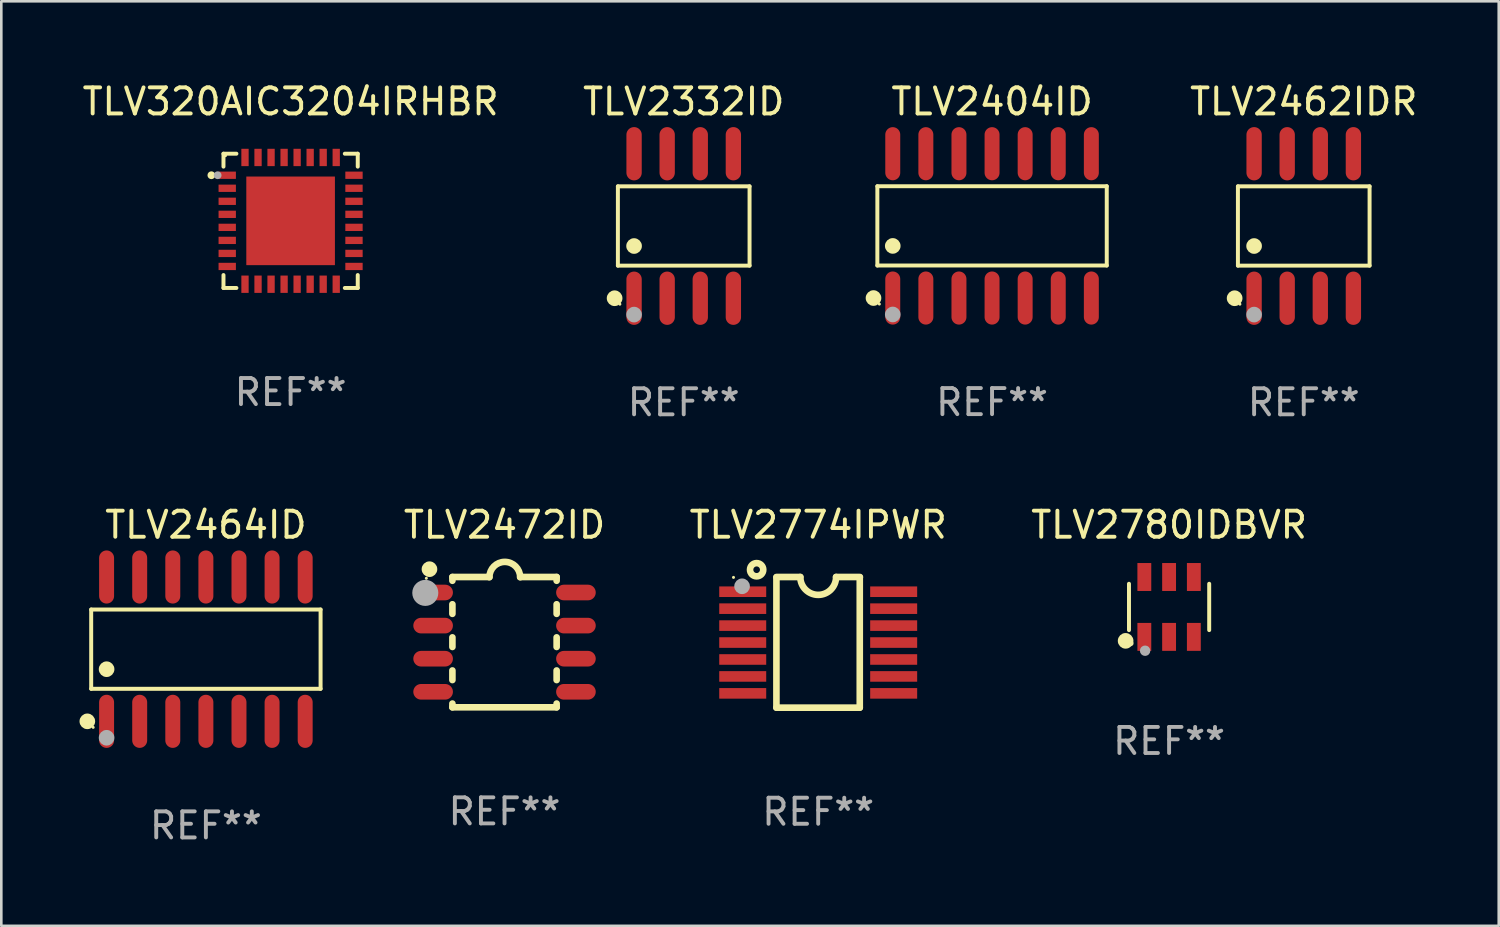
<source format=kicad_pcb>
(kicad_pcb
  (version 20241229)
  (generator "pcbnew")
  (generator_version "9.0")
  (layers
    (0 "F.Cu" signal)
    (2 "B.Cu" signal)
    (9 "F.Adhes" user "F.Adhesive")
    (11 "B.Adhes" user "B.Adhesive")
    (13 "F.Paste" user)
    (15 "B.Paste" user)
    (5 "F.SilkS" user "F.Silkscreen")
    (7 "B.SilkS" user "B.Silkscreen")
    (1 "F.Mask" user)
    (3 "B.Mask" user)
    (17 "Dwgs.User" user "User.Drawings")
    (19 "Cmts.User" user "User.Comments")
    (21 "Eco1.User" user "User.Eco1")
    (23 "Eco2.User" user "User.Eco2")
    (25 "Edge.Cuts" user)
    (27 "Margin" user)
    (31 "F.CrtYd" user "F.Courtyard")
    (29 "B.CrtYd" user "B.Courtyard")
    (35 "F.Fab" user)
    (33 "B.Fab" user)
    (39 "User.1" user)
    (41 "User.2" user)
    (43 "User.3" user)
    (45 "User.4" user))
  (footprint "TLV2472ID"
    (layer "F.Cu")
    (at 16.309 21.59)
    (property "Reference" "TLV2472ID" (at 0 -4.5 0) (layer "F.SilkS") (effects (font (size 1 1) (thickness 0.15))))
    (attr through_hole)
    (fp_line (start -2 -2.5) (end -2 -2.356) (stroke (width 0.254) (type solid)) (layer "F.SilkS"))
    (fp_line (start -2 -1.454) (end -2 -1.086) (stroke (width 0.254) (type solid)) (layer "F.SilkS"))
    (fp_line (start -2 -0.184) (end -2 0.184) (stroke (width 0.254) (type solid)) (layer "F.SilkS"))
    (fp_line (start -2 1.086) (end -2 1.454) (stroke (width 0.254) (type solid)) (layer "F.SilkS"))
    (fp_line (start -2 2.356) (end -2 2.5) (stroke (width 0.254) (type solid)) (layer "F.SilkS"))
    (fp_line (start -0.58 -2.5) (end -2 -2.5) (stroke (width 0.254) (type solid)) (layer "F.SilkS"))
    (fp_line (start 2 -2.5) (end 0.6 -2.5) (stroke (width 0.254) (type solid)) (layer "F.SilkS"))
    (fp_line (start 2 -2.5) (end 2 -2.356) (stroke (width 0.254) (type solid)) (layer "F.SilkS"))
    (fp_line (start 2 -1.454) (end 2 -1.086) (stroke (width 0.254) (type solid)) (layer "F.SilkS"))
    (fp_line (start 2 -0.184) (end 2 0.184) (stroke (width 0.254) (type solid)) (layer "F.SilkS"))
    (fp_line (start 2 1.086) (end 2 1.454) (stroke (width 0.254) (type solid)) (layer "F.SilkS"))
    (fp_line (start 2 2.356) (end 2 2.5) (stroke (width 0.254) (type solid)) (layer "F.SilkS"))
    (fp_line (start 2 2.5) (end -2 2.5) (stroke (width 0.254) (type solid)) (layer "F.SilkS"))
    (fp_arc (start -0.579908 -2.489992) (mid 0.010097 -3.07831) (end 0.600102 -2.489992) (stroke (width 0.254001) (type solid)) (layer "F.SilkS"))
    (fp_circle (center -3 -2.45) (end -2.97 -2.45) (stroke (width 0.06) (type solid)) (fill no) (layer "F.SilkS"))
    (fp_circle (center -2.88 -2.8) (end -2.73 -2.8) (stroke (width 0.3) (type solid)) (fill no) (layer "F.SilkS"))
    (fp_circle (center -3.04 -1.89) (end -2.79 -1.89) (stroke (width 0.5) (type solid)) (fill no) (layer "F.Fab"))
    (fp_text user "REF**" (at 0 6.5 0) (layer "F.Fab") (effects (font (size 1 1) (thickness 0.15))))
    (pad "1" smd oval (at -2.74 -1.905 90) (size 0.6 1.52) (layers "F.Cu" "F.Mask" "F.Paste"))
    (pad "2" smd oval (at -2.74 -0.635 90) (size 0.6 1.52) (layers "F.Cu" "F.Mask" "F.Paste"))
    (pad "3" smd oval (at -2.74 0.635 90) (size 0.6 1.52) (layers "F.Cu" "F.Mask" "F.Paste"))
    (pad "4" smd oval (at -2.74 1.905 90) (size 0.6 1.52) (layers "F.Cu" "F.Mask" "F.Paste"))
    (pad "5" smd oval (at 2.74 1.905 90) (size 0.6 1.52) (layers "F.Cu" "F.Mask" "F.Paste"))
    (pad "6" smd oval (at 2.74 0.635 90) (size 0.6 1.52) (layers "F.Cu" "F.Mask" "F.Paste"))
    (pad "7" smd oval (at 2.74 -0.635 90) (size 0.6 1.52) (layers "F.Cu" "F.Mask" "F.Paste"))
    (pad "8" smd oval (at 2.74 -1.905 90) (size 0.6 1.52) (layers "F.Cu" "F.Mask" "F.Paste")))
  (footprint "TLV2780IDBVR"
    (layer "F.Cu")
    (at 41.809 20.239)
    (property "Reference" "TLV2780IDBVR" (at 0 -3.149 0) (layer "F.SilkS") (effects (font (size 1 1) (thickness 0.15))))
    (attr through_hole)
    (fp_line (start -1.539 0.889) (end -1.539 -0.889) (stroke (width 0.152) (type solid)) (layer "F.SilkS"))
    (fp_line (start 1.539 0.889) (end 1.539 -0.889) (stroke (width 0.152) (type solid)) (layer "F.SilkS"))
    (fp_circle (center -1.668 1.301) (end -1.518 1.301) (stroke (width 0.3) (type solid)) (fill no) (layer "F.SilkS"))
    (fp_circle (center -1.463 1.4) (end -1.413 1.4) (stroke (width 0.1) (type solid)) (fill no) (layer "F.SilkS"))
    (fp_circle (center -0.92 1.68) (end -0.82 1.68) (stroke (width 0.2) (type solid)) (fill no) (layer "F.Fab"))
    (fp_text user "REF**" (at 0 5.149 0) (layer "F.Fab") (effects (font (size 1 1) (thickness 0.15))))
    (pad "1" smd rect (at -0.95 1.149) (size 0.532 1.072) (layers "F.Cu" "F.Mask" "F.Paste"))
    (pad "2" smd rect (at 0 1.149) (size 0.532 1.072) (layers "F.Cu" "F.Mask" "F.Paste"))
    (pad "3" smd rect (at 0.95 1.149) (size 0.532 1.072) (layers "F.Cu" "F.Mask" "F.Paste"))
    (pad "4" smd rect (at 0.95 -1.149) (size 0.532 1.072) (layers "F.Cu" "F.Mask" "F.Paste"))
    (pad "5" smd rect (at 0 -1.149) (size 0.532 1.072) (layers "F.Cu" "F.Mask" "F.Paste"))
    (pad "6" smd rect (at -0.95 -1.149) (size 0.532 1.072) (layers "F.Cu" "F.Mask" "F.Paste")))
  (footprint "TLV2774IPWR"
    (layer "F.Cu")
    (at 28.345 21.597)
    (property "Reference" "TLV2774IPWR" (at 0 -4.507 0) (layer "F.SilkS") (effects (font (size 1 1) (thickness 0.15))))
    (attr through_hole)
    (fp_line (start -1.603 2.507) (end -1.603 -2.494) (stroke (width 0.254) (type solid)) (layer "F.SilkS"))
    (fp_line (start -1.603 2.507) (end 1.595 2.507) (stroke (width 0.254) (type solid)) (layer "F.SilkS"))
    (fp_line (start -1.6 -2.507) (end -0.686 -2.507) (stroke (width 0.254) (type solid)) (layer "F.SilkS"))
    (fp_line (start 0.686 -2.507) (end 1.6 -2.507) (stroke (width 0.254) (type solid)) (layer "F.SilkS"))
    (fp_line (start 1.595 2.507) (end 1.595 -2.494) (stroke (width 0.254) (type solid)) (layer "F.SilkS"))
    (fp_arc (start 0.685852 -2.506998) (mid 0.000051 -1.821197) (end -0.68575 -2.506998) (stroke (width 0.254001) (type solid)) (layer "F.SilkS"))
    (fp_circle (center -3.25 -2.492) (end -3.22 -2.492) (stroke (width 0.06) (type solid)) (fill no) (layer "F.SilkS"))
    (fp_circle (center -2.362 -2.786) (end -2.108 -2.786) (stroke (width 0.254) (type solid)) (fill no) (layer "F.SilkS"))
    (fp_circle (center -2.921 -2.151) (end -2.771 -2.151) (stroke (width 0.3) (type solid)) (fill no) (layer "F.Fab"))
    (fp_text user "REF**" (at 0 6.507 0) (layer "F.Fab") (effects (font (size 1 1) (thickness 0.15))))
    (pad "1" smd rect (at -2.896 -1.942) (size 1.803 0.406) (layers "F.Cu" "F.Mask" "F.Paste"))
    (pad "2" smd rect (at -2.896 -1.292) (size 1.803 0.406) (layers "F.Cu" "F.Mask" "F.Paste"))
    (pad "3" smd rect (at -2.896 -0.642) (size 1.803 0.406) (layers "F.Cu" "F.Mask" "F.Paste"))
    (pad "4" smd rect (at -2.896 0.008) (size 1.803 0.406) (layers "F.Cu" "F.Mask" "F.Paste"))
    (pad "5" smd rect (at -2.896 0.658) (size 1.803 0.406) (layers "F.Cu" "F.Mask" "F.Paste"))
    (pad "6" smd rect (at -2.896 1.308) (size 1.803 0.406) (layers "F.Cu" "F.Mask" "F.Paste"))
    (pad "7" smd rect (at -2.896 1.958) (size 1.803 0.406) (layers "F.Cu" "F.Mask" "F.Paste"))
    (pad "8" smd rect (at 2.896 1.958) (size 1.803 0.406) (layers "F.Cu" "F.Mask" "F.Paste"))
    (pad "9" smd rect (at 2.896 1.308) (size 1.803 0.406) (layers "F.Cu" "F.Mask" "F.Paste"))
    (pad "10" smd rect (at 2.896 0.658) (size 1.803 0.406) (layers "F.Cu" "F.Mask" "F.Paste"))
    (pad "11" smd rect (at 2.896 0.008) (size 1.803 0.406) (layers "F.Cu" "F.Mask" "F.Paste"))
    (pad "12" smd rect (at 2.896 -0.642) (size 1.803 0.406) (layers "F.Cu" "F.Mask" "F.Paste"))
    (pad "13" smd rect (at 2.896 -1.292) (size 1.803 0.406) (layers "F.Cu" "F.Mask" "F.Paste"))
    (pad "14" smd rect (at 2.896 -1.942) (size 1.803 0.406) (layers "F.Cu" "F.Mask" "F.Paste")))
  (footprint "TLV2404ID"
    (layer "F.Cu")
    (at 35.016 5.617)
    (property "Reference" "TLV2404ID" (at 0 -4.769 0) (layer "F.SilkS") (effects (font (size 1 1) (thickness 0.15))))
    (attr through_hole)
    (fp_line (start -4.401 -1.521) (end 4.401 -1.521) (stroke (width 0.152) (type solid)) (layer "F.SilkS"))
    (fp_line (start -4.401 1.521) (end -4.401 -1.521) (stroke (width 0.152) (type solid)) (layer "F.SilkS"))
    (fp_line (start 4.401 -1.521) (end 4.401 1.521) (stroke (width 0.152) (type solid)) (layer "F.SilkS"))
    (fp_line (start 4.401 1.521) (end -4.401 1.521) (stroke (width 0.152) (type solid)) (layer "F.SilkS"))
    (fp_circle (center -4.549 2.769) (end -4.399 2.769) (stroke (width 0.3) (type solid)) (fill no) (layer "F.SilkS"))
    (fp_circle (center -4.325 3) (end -4.295 3) (stroke (width 0.06) (type solid)) (fill no) (layer "F.SilkS"))
    (fp_circle (center -3.81 0.769) (end -3.66 0.769) (stroke (width 0.3) (type solid)) (fill no) (layer "F.SilkS"))
    (fp_circle (center -3.81 3.4) (end -3.66 3.4) (stroke (width 0.3) (type solid)) (fill no) (layer "F.Fab"))
    (fp_text user "REF**" (at 0 6.769 0) (layer "F.Fab") (effects (font (size 1 1) (thickness 0.15))))
    (pad "1" smd oval (at -3.81 2.769) (size 0.574 2.038) (layers "F.Cu" "F.Mask" "F.Paste"))
    (pad "2" smd oval (at -2.54 2.769) (size 0.574 2.038) (layers "F.Cu" "F.Mask" "F.Paste"))
    (pad "3" smd oval (at -1.27 2.769) (size 0.574 2.038) (layers "F.Cu" "F.Mask" "F.Paste"))
    (pad "4" smd oval (at 0 2.769) (size 0.574 2.038) (layers "F.Cu" "F.Mask" "F.Paste"))
    (pad "5" smd oval (at 1.27 2.769) (size 0.574 2.038) (layers "F.Cu" "F.Mask" "F.Paste"))
    (pad "6" smd oval (at 2.54 2.769) (size 0.574 2.038) (layers "F.Cu" "F.Mask" "F.Paste"))
    (pad "7" smd oval (at 3.81 2.769) (size 0.574 2.038) (layers "F.Cu" "F.Mask" "F.Paste"))
    (pad "8" smd oval (at 3.81 -2.769) (size 0.574 2.038) (layers "F.Cu" "F.Mask" "F.Paste"))
    (pad "9" smd oval (at 2.54 -2.769) (size 0.574 2.038) (layers "F.Cu" "F.Mask" "F.Paste"))
    (pad "10" smd oval (at 1.27 -2.769) (size 0.574 2.038) (layers "F.Cu" "F.Mask" "F.Paste"))
    (pad "11" smd oval (at 0 -2.769) (size 0.574 2.038) (layers "F.Cu" "F.Mask" "F.Paste"))
    (pad "12" smd oval (at -1.27 -2.769) (size 0.574 2.038) (layers "F.Cu" "F.Mask" "F.Paste"))
    (pad "13" smd oval (at -2.54 -2.769) (size 0.574 2.038) (layers "F.Cu" "F.Mask" "F.Paste"))
    (pad "14" smd oval (at -3.81 -2.769) (size 0.574 2.038) (layers "F.Cu" "F.Mask" "F.Paste")))
  (footprint "TLV2464ID"
    (layer "F.Cu")
    (at 4.85 21.859)
    (property "Reference" "TLV2464ID" (at 0 -4.769 0) (layer "F.SilkS") (effects (font (size 1 1) (thickness 0.15))))
    (attr through_hole)
    (fp_line (start -4.401 -1.521) (end 4.401 -1.521) (stroke (width 0.152) (type solid)) (layer "F.SilkS"))
    (fp_line (start -4.401 1.521) (end -4.401 -1.521) (stroke (width 0.152) (type solid)) (layer "F.SilkS"))
    (fp_line (start 4.401 -1.521) (end 4.401 1.521) (stroke (width 0.152) (type solid)) (layer "F.SilkS"))
    (fp_line (start 4.401 1.521) (end -4.401 1.521) (stroke (width 0.152) (type solid)) (layer "F.SilkS"))
    (fp_circle (center -4.549 2.769) (end -4.399 2.769) (stroke (width 0.3) (type solid)) (fill no) (layer "F.SilkS"))
    (fp_circle (center -4.325 3) (end -4.295 3) (stroke (width 0.06) (type solid)) (fill no) (layer "F.SilkS"))
    (fp_circle (center -3.81 0.769) (end -3.66 0.769) (stroke (width 0.3) (type solid)) (fill no) (layer "F.SilkS"))
    (fp_circle (center -3.81 3.4) (end -3.66 3.4) (stroke (width 0.3) (type solid)) (fill no) (layer "F.Fab"))
    (fp_text user "REF**" (at 0 6.769 0) (layer "F.Fab") (effects (font (size 1 1) (thickness 0.15))))
    (pad "1" smd oval (at -3.81 2.769) (size 0.574 2.038) (layers "F.Cu" "F.Mask" "F.Paste"))
    (pad "2" smd oval (at -2.54 2.769) (size 0.574 2.038) (layers "F.Cu" "F.Mask" "F.Paste"))
    (pad "3" smd oval (at -1.27 2.769) (size 0.574 2.038) (layers "F.Cu" "F.Mask" "F.Paste"))
    (pad "4" smd oval (at 0 2.769) (size 0.574 2.038) (layers "F.Cu" "F.Mask" "F.Paste"))
    (pad "5" smd oval (at 1.27 2.769) (size 0.574 2.038) (layers "F.Cu" "F.Mask" "F.Paste"))
    (pad "6" smd oval (at 2.54 2.769) (size 0.574 2.038) (layers "F.Cu" "F.Mask" "F.Paste"))
    (pad "7" smd oval (at 3.81 2.769) (size 0.574 2.038) (layers "F.Cu" "F.Mask" "F.Paste"))
    (pad "8" smd oval (at 3.81 -2.769) (size 0.574 2.038) (layers "F.Cu" "F.Mask" "F.Paste"))
    (pad "9" smd oval (at 2.54 -2.769) (size 0.574 2.038) (layers "F.Cu" "F.Mask" "F.Paste"))
    (pad "10" smd oval (at 1.27 -2.769) (size 0.574 2.038) (layers "F.Cu" "F.Mask" "F.Paste"))
    (pad "11" smd oval (at 0 -2.769) (size 0.574 2.038) (layers "F.Cu" "F.Mask" "F.Paste"))
    (pad "12" smd oval (at -1.27 -2.769) (size 0.574 2.038) (layers "F.Cu" "F.Mask" "F.Paste"))
    (pad "13" smd oval (at -2.54 -2.769) (size 0.574 2.038) (layers "F.Cu" "F.Mask" "F.Paste"))
    (pad "14" smd oval (at -3.81 -2.769) (size 0.574 2.038) (layers "F.Cu" "F.Mask" "F.Paste")))
  (footprint "TLV2462IDR"
    (layer "F.Cu")
    (at 46.976 5.621)
    (property "Reference" "TLV2462IDR" (at 0 -4.772 0) (layer "F.SilkS") (effects (font (size 1 1) (thickness 0.15))))
    (attr through_hole)
    (fp_line (start -2.526 -1.521) (end 2.526 -1.521) (stroke (width 0.152) (type solid)) (layer "F.SilkS"))
    (fp_line (start -2.526 1.521) (end -2.526 -1.521) (stroke (width 0.152) (type solid)) (layer "F.SilkS"))
    (fp_line (start 2.526 -1.521) (end 2.526 1.521) (stroke (width 0.152) (type solid)) (layer "F.SilkS"))
    (fp_line (start 2.526 1.521) (end -2.526 1.521) (stroke (width 0.152) (type solid)) (layer "F.SilkS"))
    (fp_circle (center -2.652 2.772) (end -2.501 2.772) (stroke (width 0.3) (type solid)) (fill no) (layer "F.SilkS"))
    (fp_circle (center -2.45 3) (end -2.42 3) (stroke (width 0.06) (type solid)) (fill no) (layer "F.SilkS"))
    (fp_circle (center -1.905 0.769) (end -1.755 0.769) (stroke (width 0.3) (type solid)) (fill no) (layer "F.SilkS"))
    (fp_circle (center -1.905 3.4) (end -1.755 3.4) (stroke (width 0.3) (type solid)) (fill no) (layer "F.Fab"))
    (fp_text user "REF**" (at 0 6.772 0) (layer "F.Fab") (effects (font (size 1 1) (thickness 0.15))))
    (pad "1" smd oval (at -1.905 2.772) (size 0.588 2.045) (layers "F.Cu" "F.Mask" "F.Paste"))
    (pad "2" smd oval (at -0.635 2.772) (size 0.588 2.045) (layers "F.Cu" "F.Mask" "F.Paste"))
    (pad "3" smd oval (at 0.635 2.772) (size 0.588 2.045) (layers "F.Cu" "F.Mask" "F.Paste"))
    (pad "4" smd oval (at 1.905 2.772) (size 0.588 2.045) (layers "F.Cu" "F.Mask" "F.Paste"))
    (pad "5" smd oval (at 1.905 -2.772) (size 0.588 2.045) (layers "F.Cu" "F.Mask" "F.Paste"))
    (pad "6" smd oval (at 0.635 -2.772) (size 0.588 2.045) (layers "F.Cu" "F.Mask" "F.Paste"))
    (pad "7" smd oval (at -0.635 -2.772) (size 0.588 2.045) (layers "F.Cu" "F.Mask" "F.Paste"))
    (pad "8" smd oval (at -1.905 -2.772) (size 0.588 2.045) (layers "F.Cu" "F.Mask" "F.Paste")))
  (footprint "TLV320AIC3204IRHBR"
    (layer "F.Cu")
    (at 8.101 5.424)
    (property "Reference" "TLV320AIC3204IRHBR" (at 0 -4.576 0) (layer "F.SilkS") (effects (font (size 1 1) (thickness 0.15))))
    (attr through_hole)
    (fp_line (start -2.576 -2.576) (end -2.576 -2.08) (stroke (width 0.152) (type solid)) (layer "F.SilkS"))
    (fp_line (start -2.576 2.576) (end -2.576 2.08) (stroke (width 0.152) (type solid)) (layer "F.SilkS"))
    (fp_line (start -2.08 -2.576) (end -2.576 -2.576) (stroke (width 0.152) (type solid)) (layer "F.SilkS"))
    (fp_line (start -2.08 2.576) (end -2.576 2.576) (stroke (width 0.152) (type solid)) (layer "F.SilkS"))
    (fp_line (start 2.08 -2.576) (end 2.576 -2.576) (stroke (width 0.152) (type solid)) (layer "F.SilkS"))
    (fp_line (start 2.08 2.576) (end 2.576 2.576) (stroke (width 0.152) (type solid)) (layer "F.SilkS"))
    (fp_line (start 2.576 -2.576) (end 2.576 -2.08) (stroke (width 0.152) (type solid)) (layer "F.SilkS"))
    (fp_line (start 2.576 2.576) (end 2.576 2.08) (stroke (width 0.152) (type solid)) (layer "F.SilkS"))
    (fp_circle (center -3.04 -1.75) (end -2.965 -1.75) (stroke (width 0.15) (type solid)) (fill no) (layer "F.SilkS"))
    (fp_circle (center -2.5 -2.5) (end -2.47 -2.5) (stroke (width 0.06) (type solid)) (fill no) (layer "F.SilkS"))
    (fp_circle (center -2.8 -1.75) (end -2.725 -1.75) (stroke (width 0.15) (type solid)) (fill no) (layer "F.Fab"))
    (fp_text user "REF**" (at 0 6.576 0) (layer "F.Fab") (effects (font (size 1 1) (thickness 0.15))))
    (pad "1" smd rect (at -2.432 -1.75) (size 0.665 0.28) (layers "F.Cu" "F.Mask" "F.Paste"))
    (pad "2" smd rect (at -2.432 -1.25) (size 0.665 0.28) (layers "F.Cu" "F.Mask" "F.Paste"))
    (pad "3" smd rect (at -2.432 -0.75) (size 0.665 0.28) (layers "F.Cu" "F.Mask" "F.Paste"))
    (pad "4" smd rect (at -2.432 -0.25) (size 0.665 0.28) (layers "F.Cu" "F.Mask" "F.Paste"))
    (pad "5" smd rect (at -2.432 0.25) (size 0.665 0.28) (layers "F.Cu" "F.Mask" "F.Paste"))
    (pad "6" smd rect (at -2.432 0.75) (size 0.665 0.28) (layers "F.Cu" "F.Mask" "F.Paste"))
    (pad "7" smd rect (at -2.432 1.25) (size 0.665 0.28) (layers "F.Cu" "F.Mask" "F.Paste"))
    (pad "8" smd rect (at -2.432 1.75) (size 0.665 0.28) (layers "F.Cu" "F.Mask" "F.Paste"))
    (pad "9" smd rect (at -1.75 2.432) (size 0.28 0.665) (layers "F.Cu" "F.Mask" "F.Paste"))
    (pad "10" smd rect (at -1.25 2.432) (size 0.28 0.665) (layers "F.Cu" "F.Mask" "F.Paste"))
    (pad "11" smd rect (at -0.75 2.432) (size 0.28 0.665) (layers "F.Cu" "F.Mask" "F.Paste"))
    (pad "12" smd rect (at -0.25 2.432) (size 0.28 0.665) (layers "F.Cu" "F.Mask" "F.Paste"))
    (pad "13" smd rect (at 0.25 2.432) (size 0.28 0.665) (layers "F.Cu" "F.Mask" "F.Paste"))
    (pad "14" smd rect (at 0.75 2.432) (size 0.28 0.665) (layers "F.Cu" "F.Mask" "F.Paste"))
    (pad "15" smd rect (at 1.25 2.432) (size 0.28 0.665) (layers "F.Cu" "F.Mask" "F.Paste"))
    (pad "16" smd rect (at 1.75 2.432) (size 0.28 0.665) (layers "F.Cu" "F.Mask" "F.Paste"))
    (pad "17" smd rect (at 2.432 1.75) (size 0.665 0.28) (layers "F.Cu" "F.Mask" "F.Paste"))
    (pad "18" smd rect (at 2.432 1.25) (size 0.665 0.28) (layers "F.Cu" "F.Mask" "F.Paste"))
    (pad "19" smd rect (at 2.432 0.75) (size 0.665 0.28) (layers "F.Cu" "F.Mask" "F.Paste"))
    (pad "20" smd rect (at 2.432 0.25) (size 0.665 0.28) (layers "F.Cu" "F.Mask" "F.Paste"))
    (pad "21" smd rect (at 2.432 -0.25) (size 0.665 0.28) (layers "F.Cu" "F.Mask" "F.Paste"))
    (pad "22" smd rect (at 2.432 -0.75) (size 0.665 0.28) (layers "F.Cu" "F.Mask" "F.Paste"))
    (pad "23" smd rect (at 2.432 -1.25) (size 0.665 0.28) (layers "F.Cu" "F.Mask" "F.Paste"))
    (pad "24" smd rect (at 2.432 -1.75) (size 0.665 0.28) (layers "F.Cu" "F.Mask" "F.Paste"))
    (pad "25" smd rect (at 1.75 -2.432) (size 0.28 0.665) (layers "F.Cu" "F.Mask" "F.Paste"))
    (pad "26" smd rect (at 1.25 -2.432) (size 0.28 0.665) (layers "F.Cu" "F.Mask" "F.Paste"))
    (pad "27" smd rect (at 0.75 -2.432) (size 0.28 0.665) (layers "F.Cu" "F.Mask" "F.Paste"))
    (pad "28" smd rect (at 0.25 -2.432) (size 0.28 0.665) (layers "F.Cu" "F.Mask" "F.Paste"))
    (pad "29" smd rect (at -0.25 -2.432) (size 0.28 0.665) (layers "F.Cu" "F.Mask" "F.Paste"))
    (pad "30" smd rect (at -0.75 -2.432) (size 0.28 0.665) (layers "F.Cu" "F.Mask" "F.Paste"))
    (pad "31" smd rect (at -1.25 -2.432) (size 0.28 0.665) (layers "F.Cu" "F.Mask" "F.Paste"))
    (pad "32" smd rect (at -1.75 -2.432) (size 0.28 0.665) (layers "F.Cu" "F.Mask" "F.Paste"))
    (pad "33" smd rect (at 0 0) (size 3.4 3.4) (layers "F.Cu" "F.Mask" "F.Paste")))
  (footprint "TLV2332ID"
    (layer "F.Cu")
    (at 23.185 5.621)
    (property "Reference" "TLV2332ID" (at 0 -4.772 0) (layer "F.SilkS") (effects (font (size 1 1) (thickness 0.15))))
    (attr through_hole)
    (fp_line (start -2.526 -1.521) (end 2.526 -1.521) (stroke (width 0.152) (type solid)) (layer "F.SilkS"))
    (fp_line (start -2.526 1.521) (end -2.526 -1.521) (stroke (width 0.152) (type solid)) (layer "F.SilkS"))
    (fp_line (start 2.526 -1.521) (end 2.526 1.521) (stroke (width 0.152) (type solid)) (layer "F.SilkS"))
    (fp_line (start 2.526 1.521) (end -2.526 1.521) (stroke (width 0.152) (type solid)) (layer "F.SilkS"))
    (fp_circle (center -2.652 2.772) (end -2.501 2.772) (stroke (width 0.3) (type solid)) (fill no) (layer "F.SilkS"))
    (fp_circle (center -2.45 3) (end -2.42 3) (stroke (width 0.06) (type solid)) (fill no) (layer "F.SilkS"))
    (fp_circle (center -1.905 0.769) (end -1.755 0.769) (stroke (width 0.3) (type solid)) (fill no) (layer "F.SilkS"))
    (fp_circle (center -1.905 3.4) (end -1.755 3.4) (stroke (width 0.3) (type solid)) (fill no) (layer "F.Fab"))
    (fp_text user "REF**" (at 0 6.772 0) (layer "F.Fab") (effects (font (size 1 1) (thickness 0.15))))
    (pad "1" smd oval (at -1.905 2.772) (size 0.588 2.045) (layers "F.Cu" "F.Mask" "F.Paste"))
    (pad "2" smd oval (at -0.635 2.772) (size 0.588 2.045) (layers "F.Cu" "F.Mask" "F.Paste"))
    (pad "3" smd oval (at 0.635 2.772) (size 0.588 2.045) (layers "F.Cu" "F.Mask" "F.Paste"))
    (pad "4" smd oval (at 1.905 2.772) (size 0.588 2.045) (layers "F.Cu" "F.Mask" "F.Paste"))
    (pad "5" smd oval (at 1.905 -2.772) (size 0.588 2.045) (layers "F.Cu" "F.Mask" "F.Paste"))
    (pad "6" smd oval (at 0.635 -2.772) (size 0.588 2.045) (layers "F.Cu" "F.Mask" "F.Paste"))
    (pad "7" smd oval (at -0.635 -2.772) (size 0.588 2.045) (layers "F.Cu" "F.Mask" "F.Paste"))
    (pad "8" smd oval (at -1.905 -2.772) (size 0.588 2.045) (layers "F.Cu" "F.Mask" "F.Paste")))
  (gr_rect
    (start -3 -3)
    (end 54.458 32.476)
    (stroke (width 0.1) (type default))
    (fill no)
    (layer "Edge.Cuts")))
</source>
